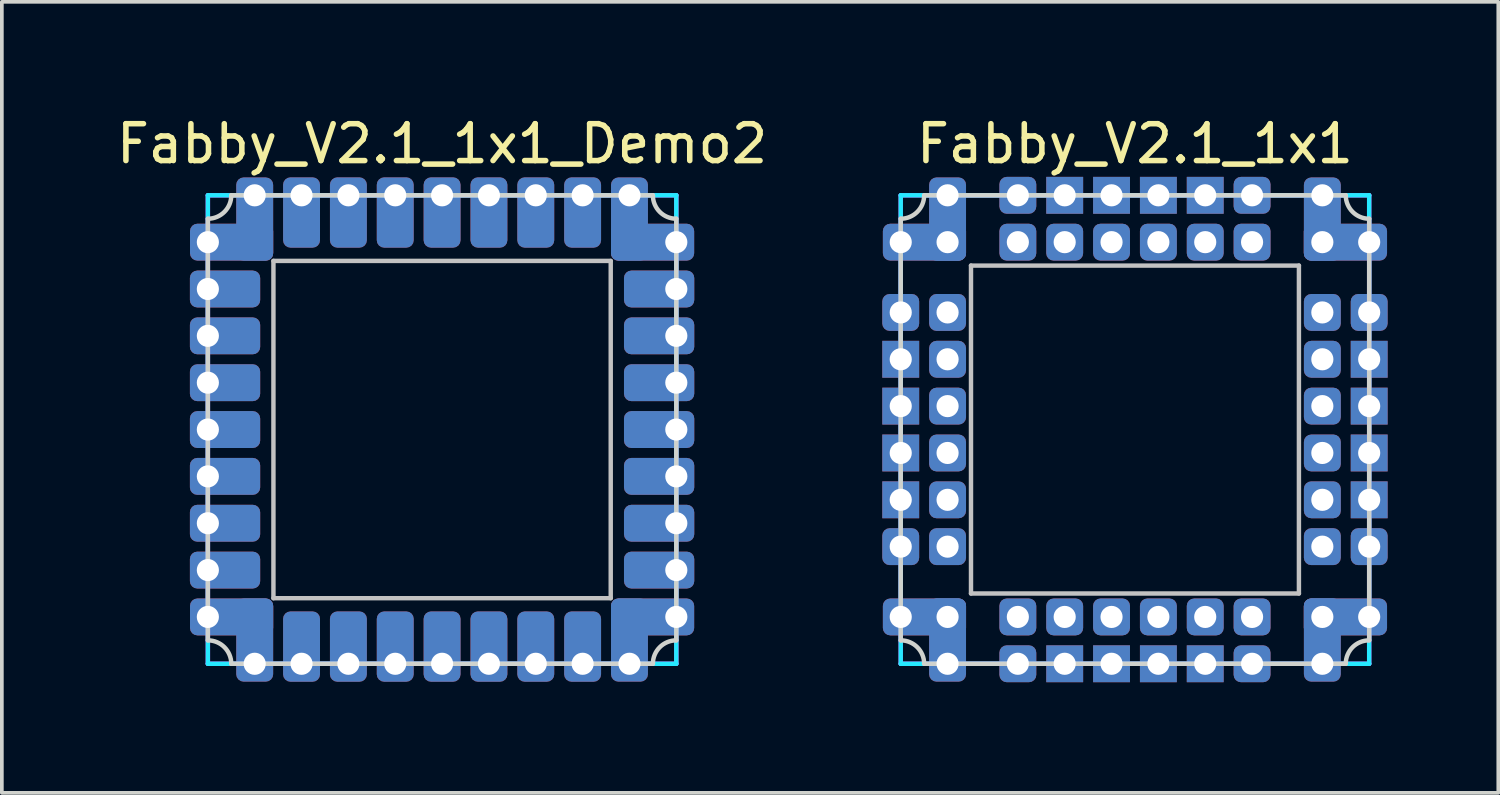
<source format=kicad_pcb>
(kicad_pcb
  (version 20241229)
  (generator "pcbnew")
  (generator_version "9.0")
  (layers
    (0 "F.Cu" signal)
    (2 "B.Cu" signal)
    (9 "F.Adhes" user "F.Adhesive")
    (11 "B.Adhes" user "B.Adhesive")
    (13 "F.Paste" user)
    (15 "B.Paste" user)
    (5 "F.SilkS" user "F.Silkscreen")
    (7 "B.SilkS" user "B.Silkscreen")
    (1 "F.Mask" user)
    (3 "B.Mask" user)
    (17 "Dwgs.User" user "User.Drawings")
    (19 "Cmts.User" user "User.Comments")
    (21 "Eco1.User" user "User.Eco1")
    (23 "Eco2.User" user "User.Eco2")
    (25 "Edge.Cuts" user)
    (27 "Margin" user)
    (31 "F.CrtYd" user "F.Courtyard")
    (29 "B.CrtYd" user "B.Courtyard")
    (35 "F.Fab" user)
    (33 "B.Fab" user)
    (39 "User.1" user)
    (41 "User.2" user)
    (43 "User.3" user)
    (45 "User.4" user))
  (footprint "Fabby_V2.1_1x1_Demo2"
    (layer "F.Cu")
    (at 8.935 8.595)
    (property "Reference" "Fabby_V2.1_1x1_Demo2" (at 0 -7.747 0) (layer "F.SilkS") (effects (font (size 1 1) (thickness 0.15))))
    (attr through_hole)
    (fp_line (start -4.572 -4.572) (end 4.572 -4.572) (stroke (width 0.12) (type solid)) (layer "Dwgs.User"))
    (fp_line (start -4.572 4.572) (end -4.572 -4.572) (stroke (width 0.12) (type solid)) (layer "Dwgs.User"))
    (fp_line (start 4.572 -4.572) (end 4.572 4.572) (stroke (width 0.12) (type solid)) (layer "Dwgs.User"))
    (fp_line (start 4.572 4.572) (end -4.572 4.572) (stroke (width 0.12) (type solid)) (layer "Dwgs.User"))
    (fp_line (start -6.35 -5.715) (end -6.35 5.715) (stroke (width 0.12) (type solid)) (layer "Edge.Cuts"))
    (fp_line (start -5.715 -6.35) (end 5.715 -6.35) (stroke (width 0.12) (type solid)) (layer "Edge.Cuts"))
    (fp_line (start 5.715 6.35) (end -5.715 6.35) (stroke (width 0.12) (type solid)) (layer "Edge.Cuts"))
    (fp_line (start 6.35 -5.715) (end 6.35 5.715) (stroke (width 0.12) (type solid)) (layer "Edge.Cuts"))
    (fp_arc (start -6.35 5.715) (mid -5.900987 5.900987) (end -5.715 6.35) (stroke (width 0.12) (type solid)) (layer "Edge.Cuts"))
    (fp_arc (start -5.715 -6.35) (mid -5.900987 -5.900987) (end -6.35 -5.715) (stroke (width 0.12) (type solid)) (layer "Edge.Cuts"))
    (fp_arc (start 5.715 6.35) (mid 5.900987 5.900987) (end 6.35 5.715) (stroke (width 0.12) (type solid)) (layer "Edge.Cuts"))
    (fp_arc (start 6.35 -5.715) (mid 5.900987 -5.900987) (end 5.715 -6.35) (stroke (width 0.12) (type solid)) (layer "Edge.Cuts"))
    (fp_line (start -6.35 -6.35) (end 6.35 -6.35) (stroke (width 0.12) (type solid)) (layer "B.CrtYd"))
    (fp_line (start -6.35 6.35) (end -6.35 -6.35) (stroke (width 0.12) (type solid)) (layer "B.CrtYd"))
    (fp_line (start 6.35 -6.35) (end 6.35 6.35) (stroke (width 0.12) (type solid)) (layer "B.CrtYd"))
    (fp_line (start 6.35 6.35) (end -6.35 6.35) (stroke (width 0.12) (type solid)) (layer "B.CrtYd"))
    (fp_line (start -6.35 -6.35) (end 6.35 -6.35) (stroke (width 0.12) (type solid)) (layer "F.CrtYd"))
    (fp_line (start -6.35 6.35) (end -6.35 -6.35) (stroke (width 0.12) (type solid)) (layer "F.CrtYd"))
    (fp_line (start 6.35 -6.35) (end 6.35 6.35) (stroke (width 0.12) (type solid)) (layer "F.CrtYd"))
    (fp_line (start 6.35 6.35) (end -6.35 6.35) (stroke (width 0.12) (type solid)) (layer "F.CrtYd"))
    (pad "1" thru_hole roundrect (at -6.35 -5.08 270) (size 1 2.254) (drill 0.6 (offset 0 -0.643)) (layers "*.Cu" "*.Mask") (roundrect_rratio 0.2))
    (pad "1" thru_hole roundrect (at -5.08 -6.35 180) (size 1 2.254) (drill 0.6 (offset 0 -0.643)) (layers "*.Cu" "*.Mask") (roundrect_rratio 0.2))
    (pad "2" thru_hole roundrect (at -6.35 -3.81 270) (size 1 1.905) (drill 0.6 (offset 0 -0.466)) (layers "*.Cu" "*.Mask") (roundrect_rratio 0.2))
    (pad "3" thru_hole roundrect (at -6.35 -2.54 270) (size 1 1.905) (drill 0.6 (offset 0 -0.466)) (layers "*.Cu" "*.Mask") (roundrect_rratio 0.2))
    (pad "4" thru_hole roundrect (at -6.35 -1.27 270) (size 1 1.905) (drill 0.6 (offset 0 -0.466)) (layers "*.Cu" "*.Mask") (roundrect_rratio 0.2))
    (pad "5" thru_hole roundrect (at -6.35 0 270) (size 1 1.905) (drill 0.6 (offset 0 -0.466)) (layers "*.Cu" "*.Mask") (roundrect_rratio 0.2))
    (pad "6" thru_hole roundrect (at -6.35 1.27 270) (size 1 1.905) (drill 0.6 (offset 0 -0.466)) (layers "*.Cu" "*.Mask") (roundrect_rratio 0.2))
    (pad "7" thru_hole roundrect (at -6.35 2.54 270) (size 1 1.905) (drill 0.6 (offset 0 -0.466)) (layers "*.Cu" "*.Mask") (roundrect_rratio 0.2))
    (pad "8" thru_hole roundrect (at -6.35 3.81 270) (size 1 1.905) (drill 0.6 (offset 0 -0.466)) (layers "*.Cu" "*.Mask") (roundrect_rratio 0.2))
    (pad "9" thru_hole roundrect (at -6.35 5.08 270) (size 1 2.254) (drill 0.6 (offset 0 -0.643)) (layers "*.Cu" "*.Mask") (roundrect_rratio 0.2))
    (pad "9" thru_hole roundrect (at -5.08 6.35) (size 1 2.254) (drill 0.6 (offset 0 -0.643)) (layers "*.Cu" "*.Mask") (roundrect_rratio 0.2))
    (pad "10" thru_hole roundrect (at -3.81 6.35) (size 1 1.905) (drill 0.6 (offset 0 -0.466)) (layers "*.Cu" "*.Mask") (roundrect_rratio 0.2))
    (pad "11" thru_hole roundrect (at -2.54 6.35) (size 1 1.905) (drill 0.6 (offset 0 -0.466)) (layers "*.Cu" "*.Mask") (roundrect_rratio 0.2))
    (pad "12" thru_hole roundrect (at -1.27 6.35) (size 1 1.905) (drill 0.6 (offset 0 -0.466)) (layers "*.Cu" "*.Mask") (roundrect_rratio 0.2))
    (pad "13" thru_hole roundrect (at 0 6.35) (size 1 1.905) (drill 0.6 (offset 0 -0.466)) (layers "*.Cu" "*.Mask") (roundrect_rratio 0.2))
    (pad "14" thru_hole roundrect (at 1.27 6.35) (size 1 1.905) (drill 0.6 (offset 0 -0.466)) (layers "*.Cu" "*.Mask") (roundrect_rratio 0.2))
    (pad "15" thru_hole roundrect (at 2.54 6.35) (size 1 1.905) (drill 0.6 (offset 0 -0.466)) (layers "*.Cu" "*.Mask") (roundrect_rratio 0.2))
    (pad "16" thru_hole roundrect (at 3.81 6.35) (size 1 1.905) (drill 0.6 (offset 0 -0.466)) (layers "*.Cu" "*.Mask") (roundrect_rratio 0.2))
    (pad "17" thru_hole roundrect (at 5.08 6.35) (size 1 2.254) (drill 0.6 (offset 0 -0.643)) (layers "*.Cu" "*.Mask") (roundrect_rratio 0.2))
    (pad "17" thru_hole roundrect (at 6.35 5.08 90) (size 1 2.254) (drill 0.6 (offset 0 -0.643)) (layers "*.Cu" "*.Mask") (roundrect_rratio 0.2))
    (pad "18" thru_hole roundrect (at 6.35 3.81 90) (size 1 1.905) (drill 0.6 (offset 0 -0.466)) (layers "*.Cu" "*.Mask") (roundrect_rratio 0.2))
    (pad "19" thru_hole roundrect (at 6.35 2.54 90) (size 1 1.905) (drill 0.6 (offset 0 -0.466)) (layers "*.Cu" "*.Mask") (roundrect_rratio 0.2))
    (pad "20" thru_hole roundrect (at 6.35 1.27 90) (size 1 1.905) (drill 0.6 (offset 0 -0.466)) (layers "*.Cu" "*.Mask") (roundrect_rratio 0.2))
    (pad "21" thru_hole roundrect (at 6.35 0 90) (size 1 1.905) (drill 0.6 (offset 0 -0.466)) (layers "*.Cu" "*.Mask") (roundrect_rratio 0.2))
    (pad "22" thru_hole roundrect (at 6.35 -1.27 90) (size 1 1.905) (drill 0.6 (offset 0 -0.466)) (layers "*.Cu" "*.Mask") (roundrect_rratio 0.2))
    (pad "23" thru_hole roundrect (at 6.35 -2.54 90) (size 1 1.905) (drill 0.6 (offset 0 -0.466)) (layers "*.Cu" "*.Mask") (roundrect_rratio 0.2))
    (pad "24" thru_hole roundrect (at 6.35 -3.81 90) (size 1 1.905) (drill 0.6 (offset 0 -0.466)) (layers "*.Cu" "*.Mask") (roundrect_rratio 0.2))
    (pad "25" thru_hole roundrect (at 5.08 -6.35 180) (size 1 2.254) (drill 0.6 (offset 0 -0.643)) (layers "*.Cu" "*.Mask") (roundrect_rratio 0.2))
    (pad "25" thru_hole roundrect (at 6.35 -5.08 90) (size 1 2.254) (drill 0.6 (offset 0 -0.643)) (layers "*.Cu" "*.Mask") (roundrect_rratio 0.2))
    (pad "26" thru_hole roundrect (at 3.81 -6.35 180) (size 1 1.905) (drill 0.6 (offset 0 -0.466)) (layers "*.Cu" "*.Mask") (roundrect_rratio 0.2))
    (pad "27" thru_hole roundrect (at 2.54 -6.35 180) (size 1 1.905) (drill 0.6 (offset 0 -0.466)) (layers "*.Cu" "*.Mask") (roundrect_rratio 0.2))
    (pad "28" thru_hole roundrect (at 1.27 -6.35 180) (size 1 1.905) (drill 0.6 (offset 0 -0.466)) (layers "*.Cu" "*.Mask") (roundrect_rratio 0.2))
    (pad "29" thru_hole roundrect (at 0 -6.35 180) (size 1 1.905) (drill 0.6 (offset 0 -0.466)) (layers "*.Cu" "*.Mask") (roundrect_rratio 0.2))
    (pad "30" thru_hole roundrect (at -1.27 -6.35 180) (size 1 1.905) (drill 0.6 (offset 0 -0.466)) (layers "*.Cu" "*.Mask") (roundrect_rratio 0.2))
    (pad "31" thru_hole roundrect (at -2.54 -6.35 180) (size 1 1.905) (drill 0.6 (offset 0 -0.466)) (layers "*.Cu" "*.Mask") (roundrect_rratio 0.2))
    (pad "32" thru_hole roundrect (at -3.81 -6.35 180) (size 1 1.905) (drill 0.6 (offset 0 -0.466)) (layers "*.Cu" "*.Mask") (roundrect_rratio 0.2)))
  (footprint "Fabby_V2.1_1x1"
    (layer "F.Cu")
    (at 27.719 8.595)
    (property "Reference" "Fabby_V2.1_1x1" (at 0 -7.747 0) (layer "F.SilkS") (effects (font (size 1 1) (thickness 0.15))))
    (attr through_hole)
    (fp_line (start -4.445 -4.445) (end 4.445 -4.445) (stroke (width 0.12) (type solid)) (layer "Dwgs.User"))
    (fp_line (start -4.445 4.445) (end -4.445 -4.445) (stroke (width 0.12) (type solid)) (layer "Dwgs.User"))
    (fp_line (start 4.445 -4.445) (end 4.445 4.445) (stroke (width 0.12) (type solid)) (layer "Dwgs.User"))
    (fp_line (start 4.445 4.445) (end -4.445 4.445) (stroke (width 0.12) (type solid)) (layer "Dwgs.User"))
    (fp_line (start -6.35 -5.715) (end -6.35 5.715) (stroke (width 0.12) (type solid)) (layer "Edge.Cuts"))
    (fp_line (start -5.715 -6.35) (end 5.715 -6.35) (stroke (width 0.12) (type solid)) (layer "Edge.Cuts"))
    (fp_line (start 5.715 6.35) (end -5.715 6.35) (stroke (width 0.12) (type solid)) (layer "Edge.Cuts"))
    (fp_line (start 6.35 -5.715) (end 6.35 5.715) (stroke (width 0.12) (type solid)) (layer "Edge.Cuts"))
    (fp_arc (start -6.35 5.715) (mid -5.900987 5.900987) (end -5.715 6.35) (stroke (width 0.12) (type solid)) (layer "Edge.Cuts"))
    (fp_arc (start -5.715 -6.35) (mid -5.900987 -5.900987) (end -6.35 -5.715) (stroke (width 0.12) (type solid)) (layer "Edge.Cuts"))
    (fp_arc (start 5.715 6.35) (mid 5.900987 5.900987) (end 6.35 5.715) (stroke (width 0.12) (type solid)) (layer "Edge.Cuts"))
    (fp_arc (start 6.35 -5.715) (mid 5.900987 -5.900987) (end 5.715 -6.35) (stroke (width 0.12) (type solid)) (layer "Edge.Cuts"))
    (fp_line (start -6.35 -6.35) (end 6.35 -6.35) (stroke (width 0.12) (type solid)) (layer "B.CrtYd"))
    (fp_line (start -6.35 6.35) (end -6.35 -6.35) (stroke (width 0.12) (type solid)) (layer "B.CrtYd"))
    (fp_line (start 6.35 -6.35) (end 6.35 6.35) (stroke (width 0.12) (type solid)) (layer "B.CrtYd"))
    (fp_line (start 6.35 6.35) (end -6.35 6.35) (stroke (width 0.12) (type solid)) (layer "B.CrtYd"))
    (fp_line (start -6.35 -6.35) (end 6.35 -6.35) (stroke (width 0.12) (type solid)) (layer "F.CrtYd"))
    (fp_line (start -6.35 6.35) (end -6.35 -6.35) (stroke (width 0.12) (type solid)) (layer "F.CrtYd"))
    (fp_line (start 6.35 -6.35) (end 6.35 6.35) (stroke (width 0.12) (type solid)) (layer "F.CrtYd"))
    (fp_line (start 6.35 6.35) (end -6.35 6.35) (stroke (width 0.12) (type solid)) (layer "F.CrtYd"))
    (pad "" thru_hole roundrect (at -6.35 -3.175 270) (size 1 1) (drill 0.6) (layers "*.Cu" "*.Mask") (roundrect_rratio 0.2))
    (pad "" thru_hole rect (at -6.35 -1.905 270) (size 1 1) (drill 0.6) (layers "*.Cu" "*.Mask"))
    (pad "" thru_hole rect (at -6.35 -0.635 270) (size 1 1) (drill 0.6) (layers "*.Cu" "*.Mask"))
    (pad "" thru_hole rect (at -6.35 0.635 270) (size 1 1) (drill 0.6) (layers "*.Cu" "*.Mask"))
    (pad "" thru_hole rect (at -6.35 1.905 270) (size 1 1) (drill 0.6) (layers "*.Cu" "*.Mask"))
    (pad "" thru_hole roundrect (at -6.35 3.175 270) (size 1 1) (drill 0.6) (layers "*.Cu" "*.Mask") (roundrect_rratio 0.2))
    (pad "" thru_hole roundrect (at -3.175 -6.35 180) (size 1 1) (drill 0.6) (layers "*.Cu" "*.Mask") (roundrect_rratio 0.2))
    (pad "" thru_hole roundrect (at -3.175 6.35) (size 1 1) (drill 0.6) (layers "*.Cu" "*.Mask") (roundrect_rratio 0.2))
    (pad "" thru_hole rect (at -1.905 -6.35 180) (size 1 1) (drill 0.6) (layers "*.Cu" "*.Mask"))
    (pad "" thru_hole rect (at -1.905 6.35) (size 1 1) (drill 0.6) (layers "*.Cu" "*.Mask"))
    (pad "" thru_hole rect (at -0.635 -6.35 180) (size 1 1) (drill 0.6) (layers "*.Cu" "*.Mask"))
    (pad "" thru_hole rect (at -0.635 6.35) (size 1 1) (drill 0.6) (layers "*.Cu" "*.Mask"))
    (pad "" thru_hole rect (at 0.635 -6.35 180) (size 1 1) (drill 0.6) (layers "*.Cu" "*.Mask"))
    (pad "" thru_hole rect (at 0.635 6.35) (size 1 1) (drill 0.6) (layers "*.Cu" "*.Mask"))
    (pad "" thru_hole rect (at 1.905 -6.35 180) (size 1 1) (drill 0.6) (layers "*.Cu" "*.Mask"))
    (pad "" thru_hole rect (at 1.905 6.35) (size 1 1) (drill 0.6) (layers "*.Cu" "*.Mask"))
    (pad "" thru_hole roundrect (at 3.175 -6.35 180) (size 1 1) (drill 0.6) (layers "*.Cu" "*.Mask") (roundrect_rratio 0.2))
    (pad "" thru_hole roundrect (at 3.175 6.35) (size 1 1) (drill 0.6) (layers "*.Cu" "*.Mask") (roundrect_rratio 0.2))
    (pad "" thru_hole roundrect (at 6.35 -3.175 90) (size 1 1) (drill 0.6) (layers "*.Cu" "*.Mask") (roundrect_rratio 0.2))
    (pad "" thru_hole rect (at 6.35 -1.905 90) (size 1 1) (drill 0.6) (layers "*.Cu" "*.Mask"))
    (pad "" thru_hole rect (at 6.35 -0.635 90) (size 1 1) (drill 0.6) (layers "*.Cu" "*.Mask"))
    (pad "" thru_hole rect (at 6.35 0.635 90) (size 1 1) (drill 0.6) (layers "*.Cu" "*.Mask"))
    (pad "" thru_hole rect (at 6.35 1.905 90) (size 1 1) (drill 0.6) (layers "*.Cu" "*.Mask"))
    (pad "" thru_hole roundrect (at 6.35 3.175 90) (size 1 1) (drill 0.6) (layers "*.Cu" "*.Mask") (roundrect_rratio 0.2))
    (pad "1" thru_hole roundrect (at -6.35 -5.08 270) (size 1 2.254) (drill 0.6 (offset 0 -0.643)) (layers "*.Cu" "*.Mask") (roundrect_rratio 0.2))
    (pad "1" thru_hole roundrect (at -5.08 -6.35 180) (size 1 2.254) (drill 0.6 (offset 0 -0.643)) (layers "*.Cu" "*.Mask") (roundrect_rratio 0.2))
    (pad "1" thru_hole roundrect (at -5.08 -5.08 180) (size 1 1) (drill 0.6) (layers "*.Cu" "*.Mask") (roundrect_rratio 0.2))
    (pad "2" thru_hole roundrect (at -5.08 -3.175 270) (size 1 1) (drill 0.6) (layers "*.Cu" "*.Mask") (roundrect_rratio 0.2))
    (pad "3" thru_hole roundrect (at -5.08 -1.905 270) (size 1 1) (drill 0.6) (layers "*.Cu" "*.Mask") (roundrect_rratio 0.2))
    (pad "4" thru_hole roundrect (at -5.08 -0.635 270) (size 1 1) (drill 0.6) (layers "*.Cu" "*.Mask") (roundrect_rratio 0.2))
    (pad "5" thru_hole roundrect (at -5.08 0.635 270) (size 1 1) (drill 0.6) (layers "*.Cu" "*.Mask") (roundrect_rratio 0.2))
    (pad "6" thru_hole roundrect (at -5.08 1.905 270) (size 1 1) (drill 0.6) (layers "*.Cu" "*.Mask") (roundrect_rratio 0.2))
    (pad "7" thru_hole roundrect (at -5.08 3.175 270) (size 1 1) (drill 0.6) (layers "*.Cu" "*.Mask") (roundrect_rratio 0.2))
    (pad "8" thru_hole roundrect (at -6.35 5.08 270) (size 1 2.254) (drill 0.6 (offset 0 -0.643)) (layers "*.Cu" "*.Mask") (roundrect_rratio 0.2))
    (pad "8" thru_hole roundrect (at -5.08 5.08 270) (size 1 1) (drill 0.6) (layers "*.Cu" "*.Mask") (roundrect_rratio 0.2))
    (pad "8" thru_hole roundrect (at -5.08 6.35) (size 1 2.254) (drill 0.6 (offset 0 -0.643)) (layers "*.Cu" "*.Mask") (roundrect_rratio 0.2))
    (pad "9" thru_hole roundrect (at -3.175 5.08 270) (size 1 1) (drill 0.6) (layers "*.Cu" "*.Mask") (roundrect_rratio 0.2))
    (pad "10" thru_hole roundrect (at -1.905 5.08) (size 1 1) (drill 0.6) (layers "*.Cu" "*.Mask") (roundrect_rratio 0.2))
    (pad "11" thru_hole roundrect (at -0.635 5.08) (size 1 1) (drill 0.6) (layers "*.Cu" "*.Mask") (roundrect_rratio 0.2))
    (pad "12" thru_hole roundrect (at 0.635 5.08) (size 1 1) (drill 0.6) (layers "*.Cu" "*.Mask") (roundrect_rratio 0.2))
    (pad "13" thru_hole roundrect (at 1.905 5.08) (size 1 1) (drill 0.6) (layers "*.Cu" "*.Mask") (roundrect_rratio 0.2))
    (pad "14" thru_hole roundrect (at 3.175 5.08 270) (size 1 1) (drill 0.6) (layers "*.Cu" "*.Mask") (roundrect_rratio 0.2))
    (pad "15" thru_hole roundrect (at 5.08 5.08 90) (size 1 1) (drill 0.6) (layers "*.Cu" "*.Mask") (roundrect_rratio 0.2))
    (pad "15" thru_hole roundrect (at 5.08 6.35) (size 1 2.254) (drill 0.6 (offset 0 -0.643)) (layers "*.Cu" "*.Mask") (roundrect_rratio 0.2))
    (pad "15" thru_hole roundrect (at 6.35 5.08 90) (size 1 2.254) (drill 0.6 (offset 0 -0.643)) (layers "*.Cu" "*.Mask") (roundrect_rratio 0.2))
    (pad "16" thru_hole roundrect (at 5.08 3.175 90) (size 1 1) (drill 0.6) (layers "*.Cu" "*.Mask") (roundrect_rratio 0.2))
    (pad "17" thru_hole roundrect (at 5.08 1.905 90) (size 1 1) (drill 0.6) (layers "*.Cu" "*.Mask") (roundrect_rratio 0.2))
    (pad "18" thru_hole roundrect (at 5.08 0.635 90) (size 1 1) (drill 0.6) (layers "*.Cu" "*.Mask") (roundrect_rratio 0.2))
    (pad "19" thru_hole roundrect (at 5.08 -0.635 90) (size 1 1) (drill 0.6) (layers "*.Cu" "*.Mask") (roundrect_rratio 0.2))
    (pad "20" thru_hole roundrect (at 5.08 -1.905 90) (size 1 1) (drill 0.6) (layers "*.Cu" "*.Mask") (roundrect_rratio 0.2))
    (pad "21" thru_hole roundrect (at 5.08 -3.175 90) (size 1 1) (drill 0.6) (layers "*.Cu" "*.Mask") (roundrect_rratio 0.2))
    (pad "22" thru_hole roundrect (at 5.08 -6.35 180) (size 1 2.254) (drill 0.6 (offset 0 -0.643)) (layers "*.Cu" "*.Mask") (roundrect_rratio 0.2))
    (pad "22" thru_hole roundrect (at 5.08 -5.08 180) (size 1 1) (drill 0.6) (layers "*.Cu" "*.Mask") (roundrect_rratio 0.2))
    (pad "22" thru_hole roundrect (at 6.35 -5.08 90) (size 1 2.254) (drill 0.6 (offset 0 -0.643)) (layers "*.Cu" "*.Mask") (roundrect_rratio 0.2))
    (pad "23" thru_hole roundrect (at 3.175 -5.08 180) (size 1 1) (drill 0.6) (layers "*.Cu" "*.Mask") (roundrect_rratio 0.2))
    (pad "24" thru_hole roundrect (at 1.905 -5.08 180) (size 1 1) (drill 0.6) (layers "*.Cu" "*.Mask") (roundrect_rratio 0.2))
    (pad "25" thru_hole roundrect (at 0.635 -5.08 180) (size 1 1) (drill 0.6) (layers "*.Cu" "*.Mask") (roundrect_rratio 0.2))
    (pad "26" thru_hole roundrect (at -0.635 -5.08 180) (size 1 1) (drill 0.6) (layers "*.Cu" "*.Mask") (roundrect_rratio 0.2))
    (pad "27" thru_hole roundrect (at -1.905 -5.08 180) (size 1 1) (drill 0.6) (layers "*.Cu" "*.Mask") (roundrect_rratio 0.2))
    (pad "28" thru_hole roundrect (at -3.175 -5.08 180) (size 1 1) (drill 0.6) (layers "*.Cu" "*.Mask") (roundrect_rratio 0.2)))
  (gr_rect
    (start -3 -3)
    (end 37.569 18.445)
    (stroke (width 0.1) (type default))
    (fill no)
    (layer "Edge.Cuts")))
</source>
